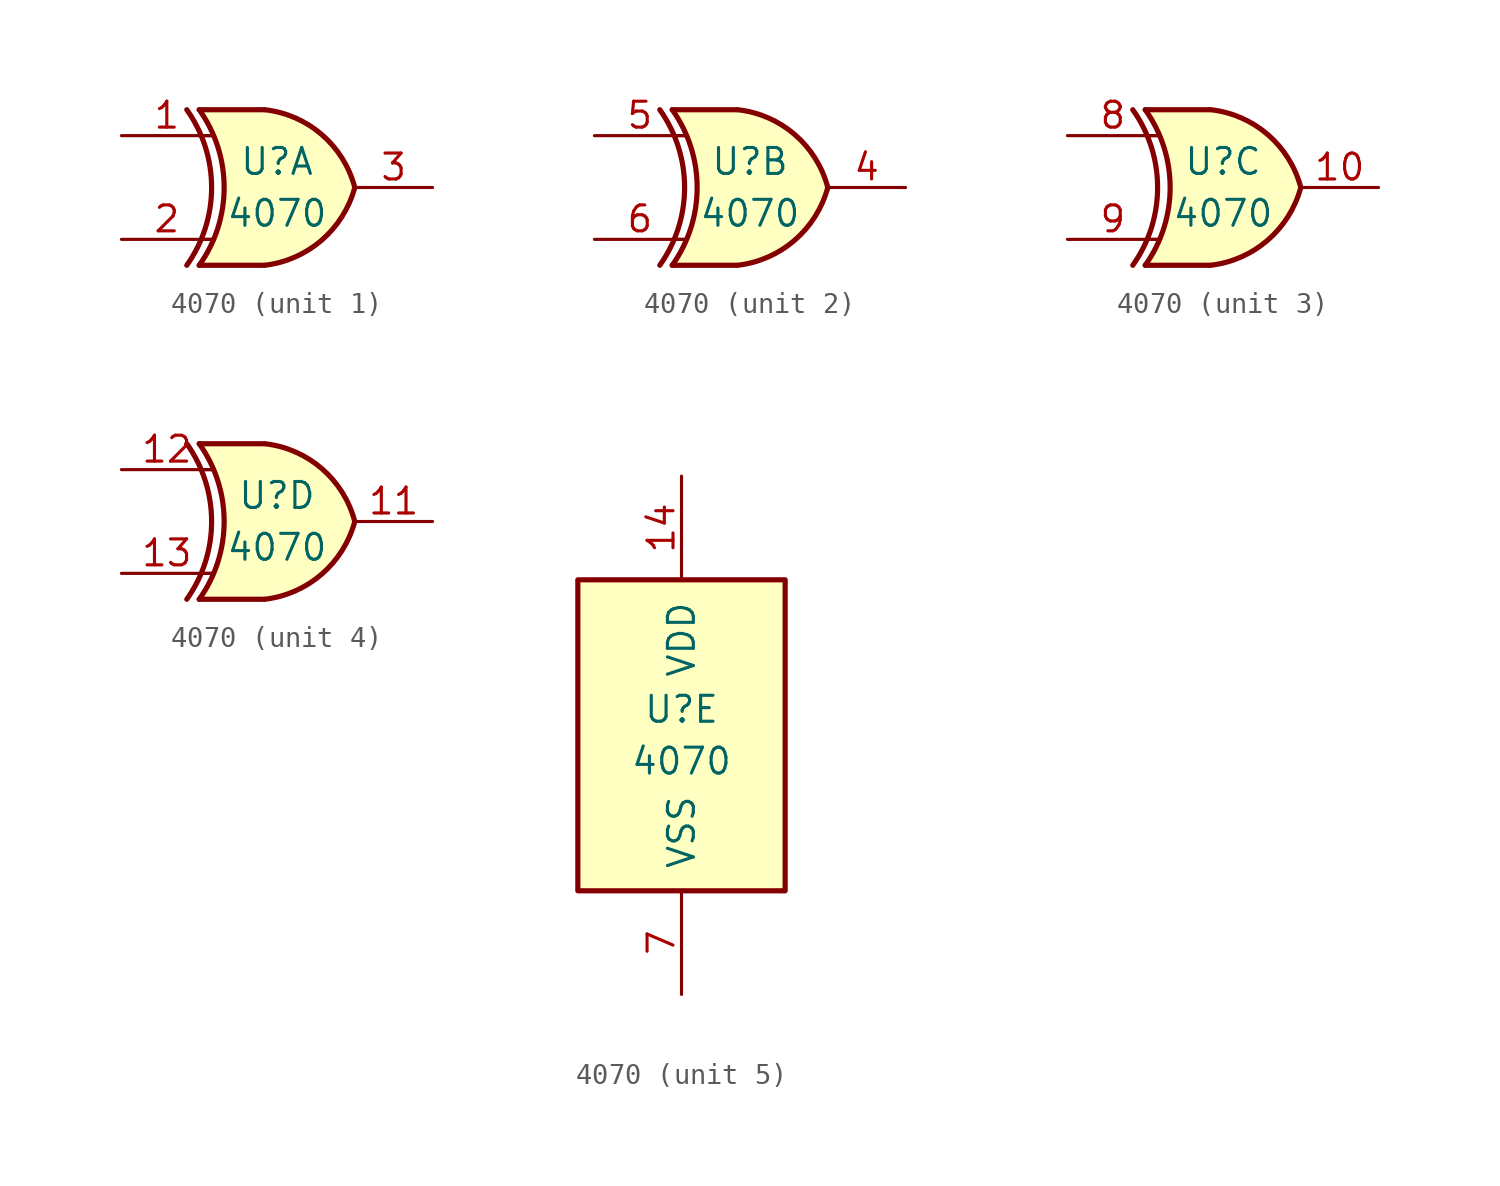
<source format=kicad_sym>
(kicad_symbol_lib
  (version 20220914)
  (generator kicad_symbol_editor)
  (symbol "4070"
    (pin_names
      (offset 1.016))
    (property "Reference" "U"
      (at 0 1.27 0)
      (effects (font (size 1.27 1.27))))
    (property "Value" "4070"
      (at 0 -1.27 0)
      (effects (font (size 1.27 1.27))))
    (property "ki_locked" ""
      (at 0 0 0)
      (effects (font (size 1.27 1.27))))
    (symbol "4070_1_0"
      (arc (start -4.4196 -3.81) (mid -3.2033 0) (end -4.4196 3.81) (stroke (width 0.254) (type default)) (fill (type none)))
      (arc (start -3.81 -3.81) (mid -2.589 0) (end -3.81 3.81) (stroke (width 0.254) (type default)) (fill (type none)))
      (arc (start -0.6096 -3.81) (mid 2.1842 -2.5851) (end 3.81 0) (stroke (width 0.254) (type default)) (fill (type background)))
      (polyline (pts (xy -3.81 -3.81) (xy -0.635 -3.81)) (stroke (width 0.254) (type default)) (fill (type background)))
      (polyline (pts (xy -3.81 3.81) (xy -0.635 3.81)) (stroke (width 0.254) (type default)) (fill (type background)))
      (polyline (pts (xy -0.635 3.81) (xy -3.81 3.81) (xy -3.81 3.81) (xy -3.556 3.404) (xy -3.023 2.261) (xy -2.692 1.041) (xy -2.616 -0.254) (xy -2.769 -1.499) (xy -3.175 -2.718) (xy -3.81 -3.81) (xy -3.81 -3.81) (xy -0.635 -3.81)) (stroke (width -25.4) (type default)) (fill (type background)))
      (arc (start 3.81 0) (mid 2.1915 2.5936) (end -0.6096 3.81) (stroke (width 0.254) (type default)) (fill (type background)))
      (pin input line (at -7.62 2.54 0) (length 4.445) (name "~" (effects (font (size 1.27 1.27)))) (number "1" (effects (font (size 1.27 1.27)))))
      (pin input line (at -7.62 -2.54 0) (length 4.445) (name "~" (effects (font (size 1.27 1.27)))) (number "2" (effects (font (size 1.27 1.27)))))
      (pin output line (at 7.62 0 180) (length 3.81) (name "~" (effects (font (size 1.27 1.27)))) (number "3" (effects (font (size 1.27 1.27))))))
    (symbol "4070_1_1"
      (polyline (pts (xy -3.81 -2.54) (xy -3.175 -2.54)) (stroke (width 0.152) (type default)) (fill (type none)))
      (polyline (pts (xy -3.81 2.54) (xy -3.175 2.54)) (stroke (width 0.152) (type default)) (fill (type none))))
    (symbol "4070_2_0"
      (arc (start -4.4196 -3.81) (mid -3.2033 0) (end -4.4196 3.81) (stroke (width 0.254) (type default)) (fill (type none)))
      (arc (start -3.81 -3.81) (mid -2.589 0) (end -3.81 3.81) (stroke (width 0.254) (type default)) (fill (type none)))
      (arc (start -0.6096 -3.81) (mid 2.1842 -2.5851) (end 3.81 0) (stroke (width 0.254) (type default)) (fill (type background)))
      (polyline (pts (xy -3.81 -3.81) (xy -0.635 -3.81)) (stroke (width 0.254) (type default)) (fill (type background)))
      (polyline (pts (xy -3.81 3.81) (xy -0.635 3.81)) (stroke (width 0.254) (type default)) (fill (type background)))
      (polyline (pts (xy -0.635 3.81) (xy -3.81 3.81) (xy -3.81 3.81) (xy -3.556 3.404) (xy -3.023 2.261) (xy -2.692 1.041) (xy -2.616 -0.254) (xy -2.769 -1.499) (xy -3.175 -2.718) (xy -3.81 -3.81) (xy -3.81 -3.81) (xy -0.635 -3.81)) (stroke (width -25.4) (type default)) (fill (type background)))
      (arc (start 3.81 0) (mid 2.1915 2.5936) (end -0.6096 3.81) (stroke (width 0.254) (type default)) (fill (type background)))
      (pin output line (at 7.62 0 180) (length 3.81) (name "~" (effects (font (size 1.27 1.27)))) (number "4" (effects (font (size 1.27 1.27)))))
      (pin input line (at -7.62 2.54 0) (length 4.445) (name "~" (effects (font (size 1.27 1.27)))) (number "5" (effects (font (size 1.27 1.27)))))
      (pin input line (at -7.62 -2.54 0) (length 4.445) (name "~" (effects (font (size 1.27 1.27)))) (number "6" (effects (font (size 1.27 1.27))))))
    (symbol "4070_2_1"
      (polyline (pts (xy -3.81 -2.54) (xy -3.175 -2.54)) (stroke (width 0.152) (type default)) (fill (type none)))
      (polyline (pts (xy -3.81 2.54) (xy -3.175 2.54)) (stroke (width 0.152) (type default)) (fill (type none))))
    (symbol "4070_3_0"
      (arc (start -4.4196 -3.81) (mid -3.2033 0) (end -4.4196 3.81) (stroke (width 0.254) (type default)) (fill (type none)))
      (arc (start -3.81 -3.81) (mid -2.589 0) (end -3.81 3.81) (stroke (width 0.254) (type default)) (fill (type none)))
      (arc (start -0.6096 -3.81) (mid 2.1842 -2.5851) (end 3.81 0) (stroke (width 0.254) (type default)) (fill (type background)))
      (polyline (pts (xy -3.81 -3.81) (xy -0.635 -3.81)) (stroke (width 0.254) (type default)) (fill (type background)))
      (polyline (pts (xy -3.81 3.81) (xy -0.635 3.81)) (stroke (width 0.254) (type default)) (fill (type background)))
      (polyline (pts (xy -0.635 3.81) (xy -3.81 3.81) (xy -3.81 3.81) (xy -3.556 3.404) (xy -3.023 2.261) (xy -2.692 1.041) (xy -2.616 -0.254) (xy -2.769 -1.499) (xy -3.175 -2.718) (xy -3.81 -3.81) (xy -3.81 -3.81) (xy -0.635 -3.81)) (stroke (width -25.4) (type default)) (fill (type background)))
      (arc (start 3.81 0) (mid 2.1915 2.5936) (end -0.6096 3.81) (stroke (width 0.254) (type default)) (fill (type background)))
      (pin output line (at 7.62 0 180) (length 3.81) (name "~" (effects (font (size 1.27 1.27)))) (number "10" (effects (font (size 1.27 1.27)))))
      (pin input line (at -7.62 2.54 0) (length 4.445) (name "~" (effects (font (size 1.27 1.27)))) (number "8" (effects (font (size 1.27 1.27)))))
      (pin input line (at -7.62 -2.54 0) (length 4.445) (name "~" (effects (font (size 1.27 1.27)))) (number "9" (effects (font (size 1.27 1.27))))))
    (symbol "4070_3_1"
      (polyline (pts (xy -3.81 -2.54) (xy -3.175 -2.54)) (stroke (width 0.152) (type default)) (fill (type none)))
      (polyline (pts (xy -3.81 2.54) (xy -3.175 2.54)) (stroke (width 0.152) (type default)) (fill (type none))))
    (symbol "4070_4_0"
      (arc (start -4.4196 -3.81) (mid -3.2033 0) (end -4.4196 3.81) (stroke (width 0.254) (type default)) (fill (type none)))
      (arc (start -3.81 -3.81) (mid -2.589 0) (end -3.81 3.81) (stroke (width 0.254) (type default)) (fill (type none)))
      (arc (start -0.6096 -3.81) (mid 2.1842 -2.5851) (end 3.81 0) (stroke (width 0.254) (type default)) (fill (type background)))
      (polyline (pts (xy -3.81 -3.81) (xy -0.635 -3.81)) (stroke (width 0.254) (type default)) (fill (type background)))
      (polyline (pts (xy -3.81 3.81) (xy -0.635 3.81)) (stroke (width 0.254) (type default)) (fill (type background)))
      (polyline (pts (xy -0.635 3.81) (xy -3.81 3.81) (xy -3.81 3.81) (xy -3.556 3.404) (xy -3.023 2.261) (xy -2.692 1.041) (xy -2.616 -0.254) (xy -2.769 -1.499) (xy -3.175 -2.718) (xy -3.81 -3.81) (xy -3.81 -3.81) (xy -0.635 -3.81)) (stroke (width -25.4) (type default)) (fill (type background)))
      (arc (start 3.81 0) (mid 2.1915 2.5936) (end -0.6096 3.81) (stroke (width 0.254) (type default)) (fill (type background)))
      (pin output line (at 7.62 0 180) (length 3.81) (name "~" (effects (font (size 1.27 1.27)))) (number "11" (effects (font (size 1.27 1.27)))))
      (pin input line (at -7.62 2.54 0) (length 4.445) (name "~" (effects (font (size 1.27 1.27)))) (number "12" (effects (font (size 1.27 1.27)))))
      (pin input line (at -7.62 -2.54 0) (length 4.445) (name "~" (effects (font (size 1.27 1.27)))) (number "13" (effects (font (size 1.27 1.27))))))
    (symbol "4070_4_1"
      (polyline (pts (xy -3.81 -2.54) (xy -3.175 -2.54)) (stroke (width 0.152) (type default)) (fill (type none)))
      (polyline (pts (xy -3.81 2.54) (xy -3.175 2.54)) (stroke (width 0.152) (type default)) (fill (type none))))
    (symbol "4070_5_0"
      (pin power_in line (at 0 12.7 270) (length 5.08) (name "VDD" (effects (font (size 1.27 1.27)))) (number "14" (effects (font (size 1.27 1.27)))))
      (pin power_in line (at 0 -12.7 90) (length 5.08) (name "VSS" (effects (font (size 1.27 1.27)))) (number "7" (effects (font (size 1.27 1.27))))))
    (symbol "4070_5_1"
      (rectangle (start -5.08 7.62) (end 5.08 -7.62) (stroke (width 0.254) (type default)) (fill (type background))))))
</source>
